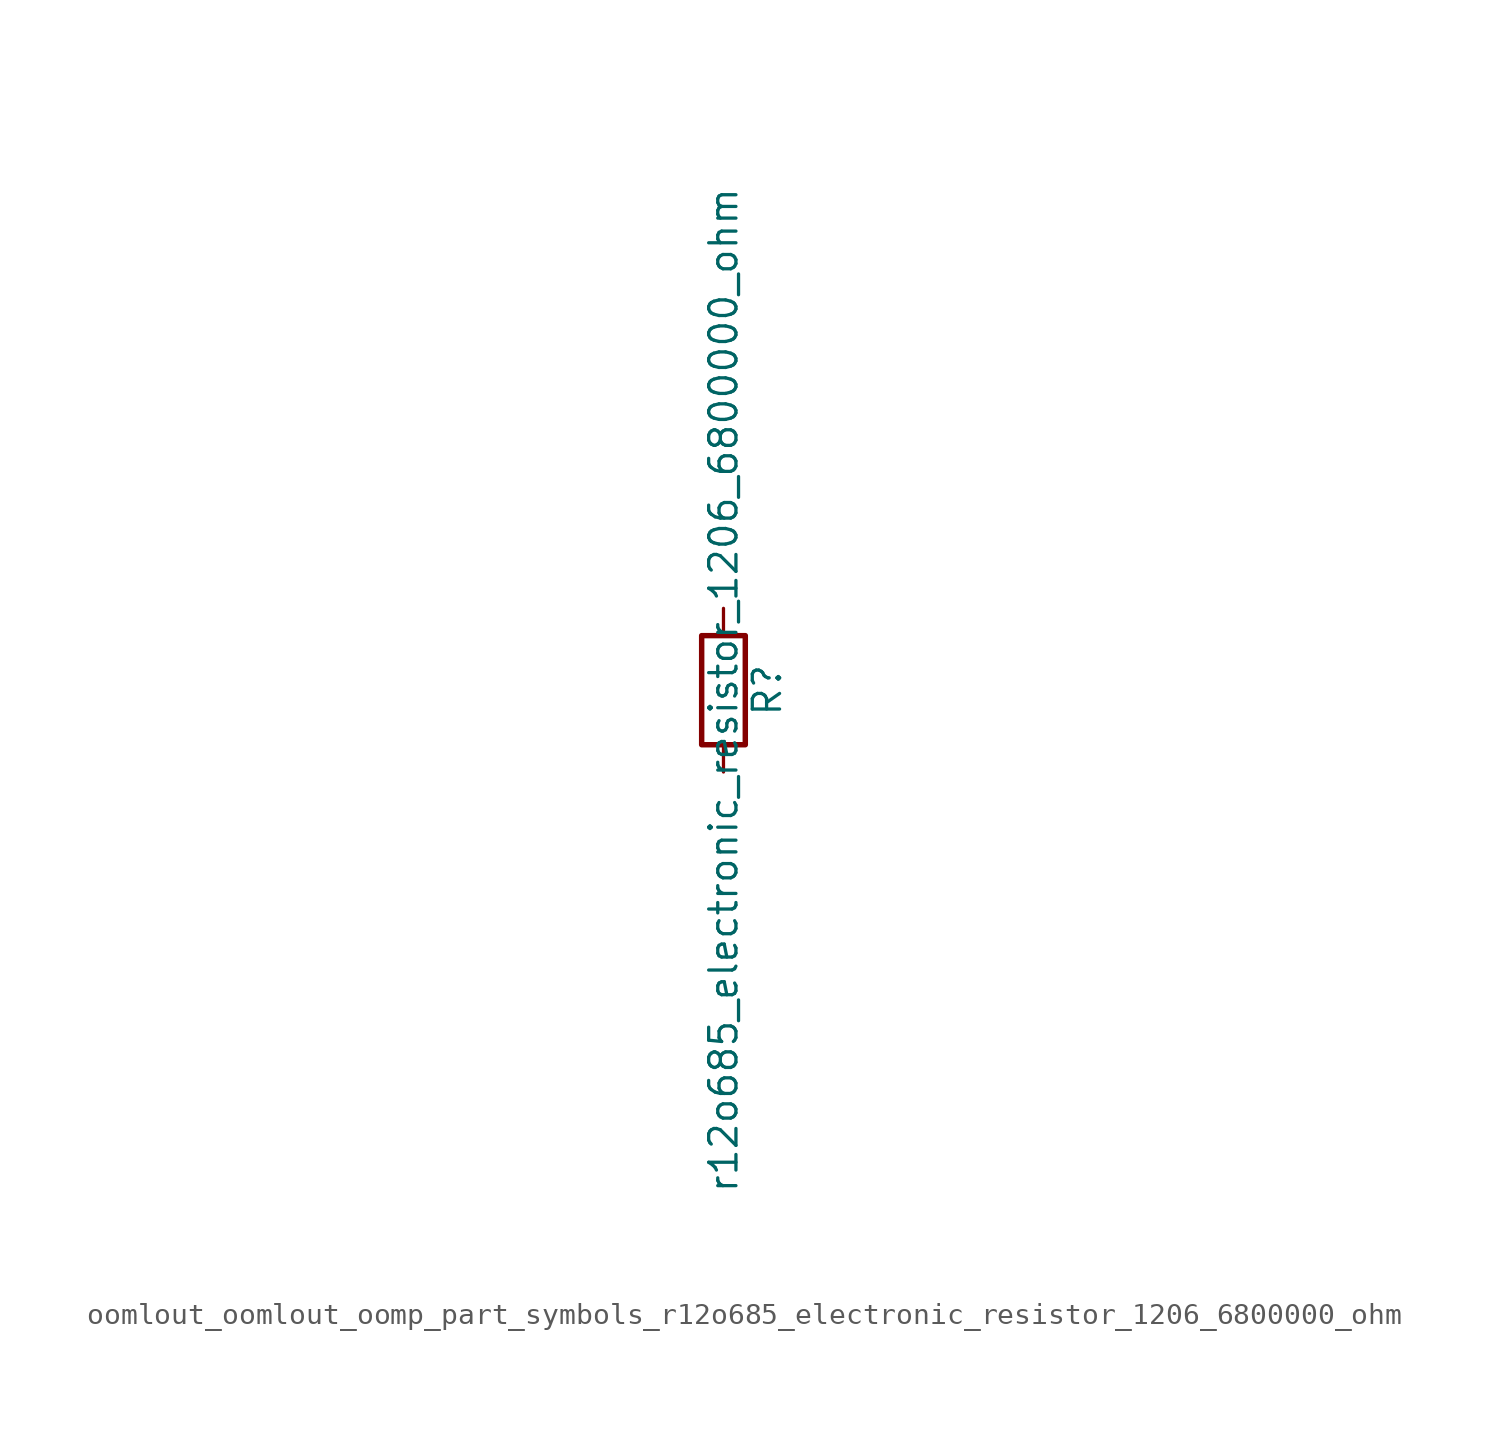
<source format=kicad_sym>
(kicad_symbol_lib
  (version 20220914)
  (generator kicad_symbol_editor)
  (symbol "oomlout_oomlout_oomp_part_symbols_r12o685_electronic_resistor_1206_6800000_ohm"
    (pin_numbers hide)
    (pin_names
      (offset 0))
    (property "Reference" "R"
      (at 2.032 0 90)
      (effects (font (size 1.27 1.27))))
    (property "Value" "r12o685_electronic_resistor_1206_6800000_ohm"
      (at 0 0 90)
      (effects (font (size 1.27 1.27))))
    (symbol "oomlout_oomlout_oomp_part_symbols_r12o685_electronic_resistor_1206_6800000_ohm_0_1"
      (rectangle (start -1.016 -2.54) (end 1.016 2.54) (stroke (width 0.254) (type default)) (fill (type none))))
    (symbol "oomlout_oomlout_oomp_part_symbols_r12o685_electronic_resistor_1206_6800000_ohm_1_1"
      (pin passive line (at 0 3.81 270) (length 1.27) (name "~" (effects (font (size 1.27 1.27)))) (number "1" (effects (font (size 1.27 1.27)))))
      (pin passive line (at 0 -3.81 90) (length 1.27) (name "~" (effects (font (size 1.27 1.27)))) (number "2" (effects (font (size 1.27 1.27))))))))
</source>
